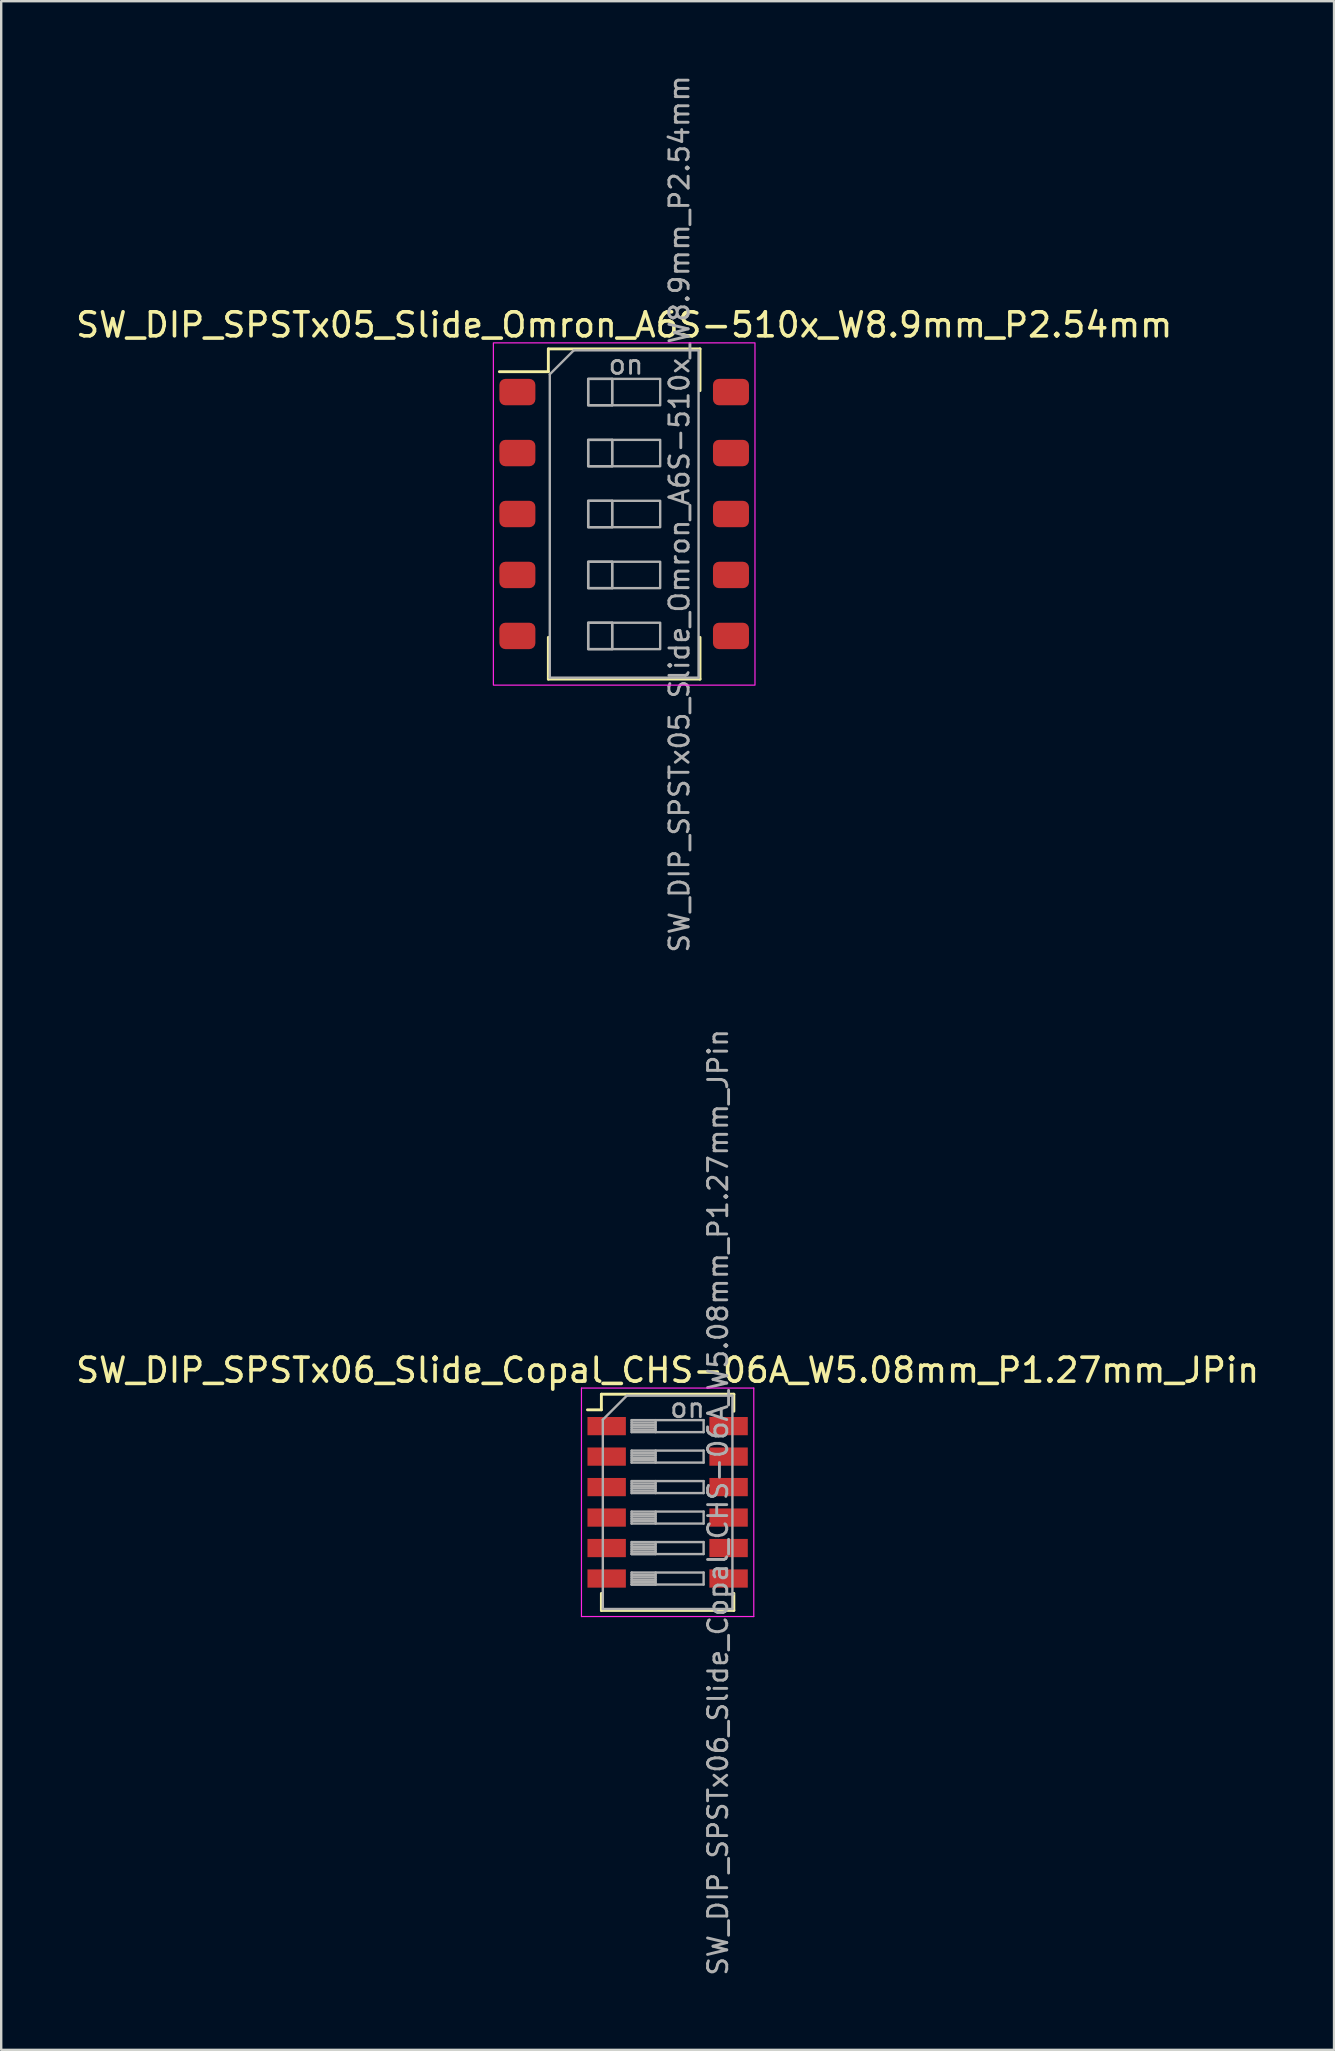
<source format=kicad_pcb>
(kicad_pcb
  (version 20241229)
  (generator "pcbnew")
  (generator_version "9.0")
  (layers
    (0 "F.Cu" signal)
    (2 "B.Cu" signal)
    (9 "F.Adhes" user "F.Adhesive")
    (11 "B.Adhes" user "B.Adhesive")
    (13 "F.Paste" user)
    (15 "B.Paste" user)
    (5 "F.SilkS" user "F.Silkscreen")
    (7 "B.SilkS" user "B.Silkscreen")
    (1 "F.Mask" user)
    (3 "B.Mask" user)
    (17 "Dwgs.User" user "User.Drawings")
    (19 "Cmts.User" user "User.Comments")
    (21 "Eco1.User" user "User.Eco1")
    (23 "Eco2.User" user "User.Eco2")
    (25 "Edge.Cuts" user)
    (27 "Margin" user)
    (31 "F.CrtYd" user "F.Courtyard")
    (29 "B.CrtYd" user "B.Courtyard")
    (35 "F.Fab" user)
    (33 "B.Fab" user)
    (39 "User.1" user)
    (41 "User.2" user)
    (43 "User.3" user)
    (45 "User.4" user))
  (footprint "SW_DIP_SPSTx06_Slide_Copal_CHS-06A_W5.08mm_P1.27mm_JPin"
    (layer "F.Cu")
    (at 24.768 59.548)
    (property "Reference" "SW_DIP_SPSTx06_Slide_Copal_CHS-06A_W5.08mm_P1.27mm_JPin" (at 0 -5.505 0) (layer "F.SilkS") (effects (font (size 1 1) (thickness 0.15))))
    (attr smd)
    (fp_line (start -3.34 -3.855) (end -2.76 -3.855) (stroke (width 0.12) (type solid)) (layer "F.SilkS"))
    (fp_line (start -2.76 -4.505) (end -2.76 -3.855) (stroke (width 0.12) (type solid)) (layer "F.SilkS"))
    (fp_line (start -2.76 -4.505) (end 2.76 -4.505) (stroke (width 0.12) (type solid)) (layer "F.SilkS"))
    (fp_line (start -2.76 4.505) (end -2.76 3.795) (stroke (width 0.12) (type solid)) (layer "F.SilkS"))
    (fp_line (start -2.76 4.505) (end 2.76 4.505) (stroke (width 0.12) (type solid)) (layer "F.SilkS"))
    (fp_line (start 2.76 -4.505) (end 2.76 -3.795) (stroke (width 0.12) (type solid)) (layer "F.SilkS"))
    (fp_line (start 2.76 4.505) (end 2.76 3.795) (stroke (width 0.12) (type solid)) (layer "F.SilkS"))
    (fp_line (start -3.59 -4.76) (end -3.59 4.76) (stroke (width 0.05) (type solid)) (layer "F.CrtYd"))
    (fp_line (start -3.59 4.76) (end 3.59 4.76) (stroke (width 0.05) (type solid)) (layer "F.CrtYd"))
    (fp_line (start 3.59 -4.76) (end -3.59 -4.76) (stroke (width 0.05) (type solid)) (layer "F.CrtYd"))
    (fp_line (start 3.59 4.76) (end 3.59 -4.76) (stroke (width 0.05) (type solid)) (layer "F.CrtYd"))
    (fp_line (start -2.7 -3.445) (end -1.7 -4.445) (stroke (width 0.1) (type solid)) (layer "F.Fab"))
    (fp_line (start -2.7 4.445) (end -2.7 -3.445) (stroke (width 0.1) (type solid)) (layer "F.Fab"))
    (fp_line (start -1.7 -4.445) (end 2.7 -4.445) (stroke (width 0.1) (type solid)) (layer "F.Fab"))
    (fp_line (start -1.5 -3.425) (end -1.5 -2.925) (stroke (width 0.1) (type solid)) (layer "F.Fab"))
    (fp_line (start -1.5 -3.325) (end -0.5 -3.325) (stroke (width 0.1) (type solid)) (layer "F.Fab"))
    (fp_line (start -1.5 -3.225) (end -0.5 -3.225) (stroke (width 0.1) (type solid)) (layer "F.Fab"))
    (fp_line (start -1.5 -3.125) (end -0.5 -3.125) (stroke (width 0.1) (type solid)) (layer "F.Fab"))
    (fp_line (start -1.5 -3.025) (end -0.5 -3.025) (stroke (width 0.1) (type solid)) (layer "F.Fab"))
    (fp_line (start -1.5 -2.925) (end 1.5 -2.925) (stroke (width 0.1) (type solid)) (layer "F.Fab"))
    (fp_line (start -1.5 -2.155) (end -1.5 -1.655) (stroke (width 0.1) (type solid)) (layer "F.Fab"))
    (fp_line (start -1.5 -2.055) (end -0.5 -2.055) (stroke (width 0.1) (type solid)) (layer "F.Fab"))
    (fp_line (start -1.5 -1.955) (end -0.5 -1.955) (stroke (width 0.1) (type solid)) (layer "F.Fab"))
    (fp_line (start -1.5 -1.855) (end -0.5 -1.855) (stroke (width 0.1) (type solid)) (layer "F.Fab"))
    (fp_line (start -1.5 -1.755) (end -0.5 -1.755) (stroke (width 0.1) (type solid)) (layer "F.Fab"))
    (fp_line (start -1.5 -1.655) (end 1.5 -1.655) (stroke (width 0.1) (type solid)) (layer "F.Fab"))
    (fp_line (start -1.5 -0.885) (end -1.5 -0.385) (stroke (width 0.1) (type solid)) (layer "F.Fab"))
    (fp_line (start -1.5 -0.785) (end -0.5 -0.785) (stroke (width 0.1) (type solid)) (layer "F.Fab"))
    (fp_line (start -1.5 -0.685) (end -0.5 -0.685) (stroke (width 0.1) (type solid)) (layer "F.Fab"))
    (fp_line (start -1.5 -0.585) (end -0.5 -0.585) (stroke (width 0.1) (type solid)) (layer "F.Fab"))
    (fp_line (start -1.5 -0.485) (end -0.5 -0.485) (stroke (width 0.1) (type solid)) (layer "F.Fab"))
    (fp_line (start -1.5 -0.385) (end 1.5 -0.385) (stroke (width 0.1) (type solid)) (layer "F.Fab"))
    (fp_line (start -1.5 0.385) (end -1.5 0.885) (stroke (width 0.1) (type solid)) (layer "F.Fab"))
    (fp_line (start -1.5 0.485) (end -0.5 0.485) (stroke (width 0.1) (type solid)) (layer "F.Fab"))
    (fp_line (start -1.5 0.585) (end -0.5 0.585) (stroke (width 0.1) (type solid)) (layer "F.Fab"))
    (fp_line (start -1.5 0.685) (end -0.5 0.685) (stroke (width 0.1) (type solid)) (layer "F.Fab"))
    (fp_line (start -1.5 0.785) (end -0.5 0.785) (stroke (width 0.1) (type solid)) (layer "F.Fab"))
    (fp_line (start -1.5 0.885) (end 1.5 0.885) (stroke (width 0.1) (type solid)) (layer "F.Fab"))
    (fp_line (start -1.5 1.655) (end -1.5 2.155) (stroke (width 0.1) (type solid)) (layer "F.Fab"))
    (fp_line (start -1.5 1.755) (end -0.5 1.755) (stroke (width 0.1) (type solid)) (layer "F.Fab"))
    (fp_line (start -1.5 1.855) (end -0.5 1.855) (stroke (width 0.1) (type solid)) (layer "F.Fab"))
    (fp_line (start -1.5 1.955) (end -0.5 1.955) (stroke (width 0.1) (type solid)) (layer "F.Fab"))
    (fp_line (start -1.5 2.055) (end -0.5 2.055) (stroke (width 0.1) (type solid)) (layer "F.Fab"))
    (fp_line (start -1.5 2.155) (end -0.5 2.155) (stroke (width 0.1) (type solid)) (layer "F.Fab"))
    (fp_line (start -1.5 2.155) (end 1.5 2.155) (stroke (width 0.1) (type solid)) (layer "F.Fab"))
    (fp_line (start -1.5 2.925) (end -1.5 3.425) (stroke (width 0.1) (type solid)) (layer "F.Fab"))
    (fp_line (start -1.5 3.025) (end -0.5 3.025) (stroke (width 0.1) (type solid)) (layer "F.Fab"))
    (fp_line (start -1.5 3.125) (end -0.5 3.125) (stroke (width 0.1) (type solid)) (layer "F.Fab"))
    (fp_line (start -1.5 3.225) (end -0.5 3.225) (stroke (width 0.1) (type solid)) (layer "F.Fab"))
    (fp_line (start -1.5 3.325) (end -0.5 3.325) (stroke (width 0.1) (type solid)) (layer "F.Fab"))
    (fp_line (start -1.5 3.425) (end -0.5 3.425) (stroke (width 0.1) (type solid)) (layer "F.Fab"))
    (fp_line (start -1.5 3.425) (end 1.5 3.425) (stroke (width 0.1) (type solid)) (layer "F.Fab"))
    (fp_line (start -0.5 -3.425) (end -0.5 -2.925) (stroke (width 0.1) (type solid)) (layer "F.Fab"))
    (fp_line (start -0.5 -2.155) (end -0.5 -1.655) (stroke (width 0.1) (type solid)) (layer "F.Fab"))
    (fp_line (start -0.5 -0.885) (end -0.5 -0.385) (stroke (width 0.1) (type solid)) (layer "F.Fab"))
    (fp_line (start -0.5 0.385) (end -0.5 0.885) (stroke (width 0.1) (type solid)) (layer "F.Fab"))
    (fp_line (start -0.5 1.655) (end -0.5 2.155) (stroke (width 0.1) (type solid)) (layer "F.Fab"))
    (fp_line (start -0.5 2.925) (end -0.5 3.425) (stroke (width 0.1) (type solid)) (layer "F.Fab"))
    (fp_line (start 1.5 -3.425) (end -1.5 -3.425) (stroke (width 0.1) (type solid)) (layer "F.Fab"))
    (fp_line (start 1.5 -2.925) (end 1.5 -3.425) (stroke (width 0.1) (type solid)) (layer "F.Fab"))
    (fp_line (start 1.5 -2.155) (end -1.5 -2.155) (stroke (width 0.1) (type solid)) (layer "F.Fab"))
    (fp_line (start 1.5 -1.655) (end 1.5 -2.155) (stroke (width 0.1) (type solid)) (layer "F.Fab"))
    (fp_line (start 1.5 -0.885) (end -1.5 -0.885) (stroke (width 0.1) (type solid)) (layer "F.Fab"))
    (fp_line (start 1.5 -0.385) (end 1.5 -0.885) (stroke (width 0.1) (type solid)) (layer "F.Fab"))
    (fp_line (start 1.5 0.385) (end -1.5 0.385) (stroke (width 0.1) (type solid)) (layer "F.Fab"))
    (fp_line (start 1.5 0.885) (end 1.5 0.385) (stroke (width 0.1) (type solid)) (layer "F.Fab"))
    (fp_line (start 1.5 1.655) (end -1.5 1.655) (stroke (width 0.1) (type solid)) (layer "F.Fab"))
    (fp_line (start 1.5 2.155) (end 1.5 1.655) (stroke (width 0.1) (type solid)) (layer "F.Fab"))
    (fp_line (start 1.5 2.925) (end -1.5 2.925) (stroke (width 0.1) (type solid)) (layer "F.Fab"))
    (fp_line (start 1.5 3.425) (end 1.5 2.925) (stroke (width 0.1) (type solid)) (layer "F.Fab"))
    (fp_line (start 2.7 -4.445) (end 2.7 4.445) (stroke (width 0.1) (type solid)) (layer "F.Fab"))
    (fp_line (start 2.7 4.445) (end -2.7 4.445) (stroke (width 0.1) (type solid)) (layer "F.Fab"))
    (fp_text user "${REFERENCE}" (at 2.1 0 90) (layer "F.Fab") (effects (font (size 0.8 0.8) (thickness 0.12))))
    (fp_text user "on" (at 0.83 -3.935 0) (layer "F.Fab") (effects (font (size 0.8 0.8) (thickness 0.12))))
    (pad "1" smd rect (at -2.54 -3.175) (size 1.6 0.76) (layers "F.Cu" "F.Mask" "F.Paste"))
    (pad "2" smd rect (at -2.54 -1.905) (size 1.6 0.76) (layers "F.Cu" "F.Mask" "F.Paste"))
    (pad "3" smd rect (at -2.54 -0.635) (size 1.6 0.76) (layers "F.Cu" "F.Mask" "F.Paste"))
    (pad "4" smd rect (at -2.54 0.635) (size 1.6 0.76) (layers "F.Cu" "F.Mask" "F.Paste"))
    (pad "5" smd rect (at -2.54 1.905) (size 1.6 0.76) (layers "F.Cu" "F.Mask" "F.Paste"))
    (pad "6" smd rect (at -2.54 3.175) (size 1.6 0.76) (layers "F.Cu" "F.Mask" "F.Paste"))
    (pad "7" smd rect (at 2.54 3.175) (size 1.6 0.76) (layers "F.Cu" "F.Mask" "F.Paste"))
    (pad "8" smd rect (at 2.54 1.905) (size 1.6 0.76) (layers "F.Cu" "F.Mask" "F.Paste"))
    (pad "9" smd rect (at 2.54 0.635) (size 1.6 0.76) (layers "F.Cu" "F.Mask" "F.Paste"))
    (pad "10" smd rect (at 2.54 -0.635) (size 1.6 0.76) (layers "F.Cu" "F.Mask" "F.Paste"))
    (pad "11" smd rect (at 2.54 -1.905) (size 1.6 0.76) (layers "F.Cu" "F.Mask" "F.Paste"))
    (pad "12" smd rect (at 2.54 -3.175) (size 1.6 0.76) (layers "F.Cu" "F.Mask" "F.Paste")))
  (footprint "SW_DIP_SPSTx05_Slide_Omron_A6S-510x_W8.9mm_P2.54mm"
    (layer "F.Cu")
    (at 22.958 18.367)
    (property "Reference" "SW_DIP_SPSTx05_Slide_Omron_A6S-510x_W8.9mm_P2.54mm" (at 0 -7.88 0) (layer "F.SilkS") (effects (font (size 1 1) (thickness 0.15))))
    (attr smd)
    (fp_line (start -5.2 -5.93) (end -3.16 -5.93) (stroke (width 0.12) (type solid)) (layer "F.SilkS"))
    (fp_line (start -3.16 -6.88) (end -3.16 -5.93) (stroke (width 0.12) (type solid)) (layer "F.SilkS"))
    (fp_line (start -3.16 -6.88) (end 3.16 -6.88) (stroke (width 0.12) (type solid)) (layer "F.SilkS"))
    (fp_line (start -3.16 6.88) (end -3.16 5.14) (stroke (width 0.12) (type solid)) (layer "F.SilkS"))
    (fp_line (start -3.16 6.88) (end 3.16 6.88) (stroke (width 0.12) (type solid)) (layer "F.SilkS"))
    (fp_line (start 3.16 -6.88) (end 3.16 -5.14) (stroke (width 0.12) (type solid)) (layer "F.SilkS"))
    (fp_line (start 3.16 6.88) (end 3.16 5.14) (stroke (width 0.12) (type solid)) (layer "F.SilkS"))
    (fp_rect (start -5.45 -7.13) (end 5.45 7.13) (stroke (width 0.05) (type solid)) (fill no) (layer "F.CrtYd"))
    (fp_line (start -3.1 -5.82) (end -2.1 -6.82) (stroke (width 0.1) (type solid)) (layer "F.Fab"))
    (fp_line (start -3.1 6.82) (end -3.1 -5.82) (stroke (width 0.1) (type solid)) (layer "F.Fab"))
    (fp_line (start -2.1 -6.82) (end 3.1 -6.82) (stroke (width 0.1) (type solid)) (layer "F.Fab"))
    (fp_line (start -0.5 -5.63) (end -0.5 -4.53) (stroke (width 0.1) (type solid)) (layer "F.Fab"))
    (fp_line (start -0.5 -3.09) (end -0.5 -1.99) (stroke (width 0.1) (type solid)) (layer "F.Fab"))
    (fp_line (start -0.5 -0.55) (end -0.5 0.55) (stroke (width 0.1) (type solid)) (layer "F.Fab"))
    (fp_line (start -0.5 1.99) (end -0.5 3.09) (stroke (width 0.1) (type solid)) (layer "F.Fab"))
    (fp_line (start -0.5 4.53) (end -0.5 5.63) (stroke (width 0.1) (type solid)) (layer "F.Fab"))
    (fp_line (start 3.1 -6.82) (end 3.1 6.82) (stroke (width 0.1) (type solid)) (layer "F.Fab"))
    (fp_line (start 3.1 6.82) (end -3.1 6.82) (stroke (width 0.1) (type solid)) (layer "F.Fab"))
    (fp_rect (start -1.5 -5.63) (end -0.5 -4.53) (stroke (width 0.1) (type solid)) (fill no) (layer "F.Fab"))
    (fp_rect (start -1.5 -5.63) (end 1.5 -4.53) (stroke (width 0.1) (type solid)) (fill no) (layer "F.Fab"))
    (fp_rect (start -1.5 -3.09) (end -0.5 -1.99) (stroke (width 0.1) (type solid)) (fill no) (layer "F.Fab"))
    (fp_rect (start -1.5 -3.09) (end 1.5 -1.99) (stroke (width 0.1) (type solid)) (fill no) (layer "F.Fab"))
    (fp_rect (start -1.5 -0.55) (end -0.5 0.55) (stroke (width 0.1) (type solid)) (fill no) (layer "F.Fab"))
    (fp_rect (start -1.5 -0.55) (end 1.5 0.55) (stroke (width 0.1) (type solid)) (fill no) (layer "F.Fab"))
    (fp_rect (start -1.5 1.99) (end -0.5 3.09) (stroke (width 0.1) (type solid)) (fill no) (layer "F.Fab"))
    (fp_rect (start -1.5 1.99) (end 1.5 3.09) (stroke (width 0.1) (type solid)) (fill no) (layer "F.Fab"))
    (fp_rect (start -1.5 4.53) (end -0.5 5.63) (stroke (width 0.1) (type solid)) (fill no) (layer "F.Fab"))
    (fp_rect (start -1.5 4.53) (end 1.5 5.63) (stroke (width 0.1) (type solid)) (fill no) (layer "F.Fab"))
    (fp_text user "${REFERENCE}" (at 2.3 0 90) (layer "F.Fab") (effects (font (size 0.8 0.8) (thickness 0.12))))
    (fp_text user "on" (at 0.075 -6.225 0) (layer "F.Fab") (effects (font (size 0.8 0.8) (thickness 0.12))))
    (pad "1" smd roundrect (at -4.45 -5.08) (size 1.5 1.1) (layers "F.Cu" "F.Mask" "F.Paste") (roundrect_rratio 0.227))
    (pad "2" smd roundrect (at -4.45 -2.54) (size 1.5 1.1) (layers "F.Cu" "F.Mask" "F.Paste") (roundrect_rratio 0.227))
    (pad "3" smd roundrect (at -4.45 0) (size 1.5 1.1) (layers "F.Cu" "F.Mask" "F.Paste") (roundrect_rratio 0.227))
    (pad "4" smd roundrect (at -4.45 2.54) (size 1.5 1.1) (layers "F.Cu" "F.Mask" "F.Paste") (roundrect_rratio 0.227))
    (pad "5" smd roundrect (at -4.45 5.08) (size 1.5 1.1) (layers "F.Cu" "F.Mask" "F.Paste") (roundrect_rratio 0.227))
    (pad "6" smd roundrect (at 4.45 5.08) (size 1.5 1.1) (layers "F.Cu" "F.Mask" "F.Paste") (roundrect_rratio 0.227))
    (pad "7" smd roundrect (at 4.45 2.54) (size 1.5 1.1) (layers "F.Cu" "F.Mask" "F.Paste") (roundrect_rratio 0.227))
    (pad "8" smd roundrect (at 4.45 0) (size 1.5 1.1) (layers "F.Cu" "F.Mask" "F.Paste") (roundrect_rratio 0.227))
    (pad "9" smd roundrect (at 4.45 -2.54) (size 1.5 1.1) (layers "F.Cu" "F.Mask" "F.Paste") (roundrect_rratio 0.227))
    (pad "10" smd roundrect (at 4.45 -5.08) (size 1.5 1.1) (layers "F.Cu" "F.Mask" "F.Paste") (roundrect_rratio 0.227)))
  (gr_rect
    (start -3 -3)
    (end 52.536 82.362)
    (stroke (width 0.1) (type default))
    (fill no)
    (layer "Edge.Cuts")))
</source>
